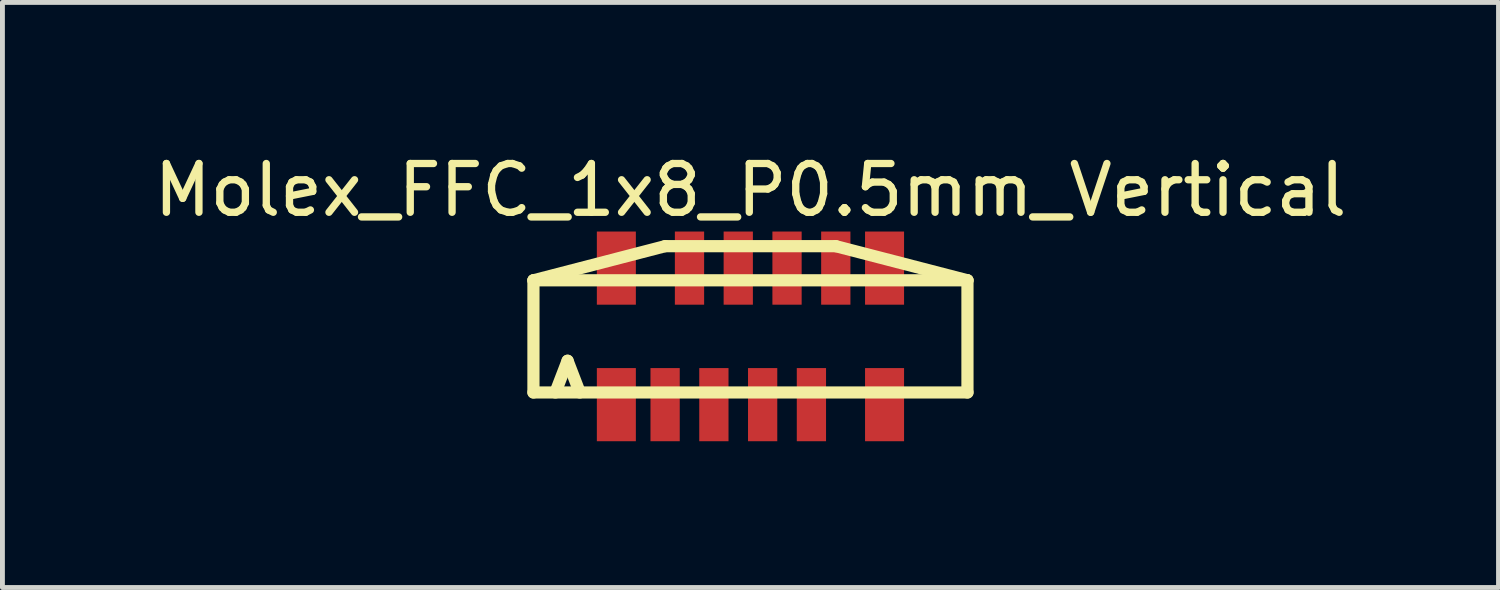
<source format=kicad_pcb>
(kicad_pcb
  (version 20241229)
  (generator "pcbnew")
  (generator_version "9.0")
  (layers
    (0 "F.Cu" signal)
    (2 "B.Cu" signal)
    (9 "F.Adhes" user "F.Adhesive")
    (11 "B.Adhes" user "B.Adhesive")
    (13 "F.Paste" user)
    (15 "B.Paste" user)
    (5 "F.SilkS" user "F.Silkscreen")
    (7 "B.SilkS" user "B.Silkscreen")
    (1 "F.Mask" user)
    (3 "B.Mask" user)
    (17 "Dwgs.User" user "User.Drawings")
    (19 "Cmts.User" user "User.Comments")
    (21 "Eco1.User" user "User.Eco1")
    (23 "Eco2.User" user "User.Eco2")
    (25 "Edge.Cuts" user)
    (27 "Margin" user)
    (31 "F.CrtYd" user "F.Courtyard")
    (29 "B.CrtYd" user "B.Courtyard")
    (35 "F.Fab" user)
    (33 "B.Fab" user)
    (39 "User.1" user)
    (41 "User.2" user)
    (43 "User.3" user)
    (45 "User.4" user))
  (footprint "Molex_FFC_1x8_P0.5mm_Vertical"
    (layer "F.Cu")
    (at 12.339 3.848)
    (property "Reference" "Molex_FFC_1x8_P0.5mm_Vertical" (at 0 -3 0) (layer "F.SilkS") (effects (font (size 1 1) (thickness 0.15))))
    (attr smd)
    (fp_line (start -4.45 -1.15) (end -4.45 1.15) (stroke (width 0.25) (type solid)) (layer "F.SilkS"))
    (fp_line (start -4.45 -1.15) (end -1.75 -1.85) (stroke (width 0.25) (type solid)) (layer "F.SilkS"))
    (fp_line (start -4.45 -1.15) (end 4.45 -1.15) (stroke (width 0.25) (type solid)) (layer "F.SilkS"))
    (fp_line (start -4.45 1.15) (end 4.45 1.15) (stroke (width 0.25) (type solid)) (layer "F.SilkS"))
    (fp_line (start -3.75 0.5) (end -4 1.15) (stroke (width 0.25) (type solid)) (layer "F.SilkS"))
    (fp_line (start -3.75 0.5) (end -3.5 1.15) (stroke (width 0.25) (type solid)) (layer "F.SilkS"))
    (fp_line (start -1.75 -1.85) (end 1.75 -1.85) (stroke (width 0.25) (type solid)) (layer "F.SilkS"))
    (fp_line (start 1.75 -1.85) (end 4.45 -1.15) (stroke (width 0.25) (type solid)) (layer "F.SilkS"))
    (fp_line (start 4.45 -1.15) (end 4.45 1.15) (stroke (width 0.25) (type solid)) (layer "F.SilkS"))
    (pad "" smd rect (at -2.75 -1.4) (size 0.8 1.5) (layers "F.Cu" "F.Mask" "F.Paste"))
    (pad "" smd rect (at -2.75 1.4) (size 0.8 1.5) (layers "F.Cu" "F.Mask" "F.Paste"))
    (pad "" smd rect (at 2.75 -1.4) (size 0.8 1.5) (layers "F.Cu" "F.Mask" "F.Paste"))
    (pad "" smd rect (at 2.75 1.4) (size 0.8 1.5) (layers "F.Cu" "F.Mask" "F.Paste"))
    (pad "1" smd rect (at -1.75 1.4) (size 0.6 1.5) (layers "F.Cu" "F.Mask" "F.Paste"))
    (pad "2" smd rect (at -1.25 -1.4) (size 0.6 1.5) (layers "F.Cu" "F.Mask" "F.Paste"))
    (pad "3" smd rect (at -0.75 1.4) (size 0.6 1.5) (layers "F.Cu" "F.Mask" "F.Paste"))
    (pad "4" smd rect (at -0.25 -1.4) (size 0.6 1.5) (layers "F.Cu" "F.Mask" "F.Paste"))
    (pad "5" smd rect (at 0.25 1.4) (size 0.6 1.5) (layers "F.Cu" "F.Mask" "F.Paste"))
    (pad "6" smd rect (at 0.75 -1.4) (size 0.6 1.5) (layers "F.Cu" "F.Mask" "F.Paste"))
    (pad "7" smd rect (at 1.25 1.4) (size 0.6 1.5) (layers "F.Cu" "F.Mask" "F.Paste"))
    (pad "8" smd rect (at 1.75 -1.4) (size 0.6 1.5) (layers "F.Cu" "F.Mask" "F.Paste")))
  (gr_rect
    (start -3 -3)
    (end 27.679 8.998)
    (stroke (width 0.1) (type default))
    (fill no)
    (layer "Edge.Cuts")))
</source>
